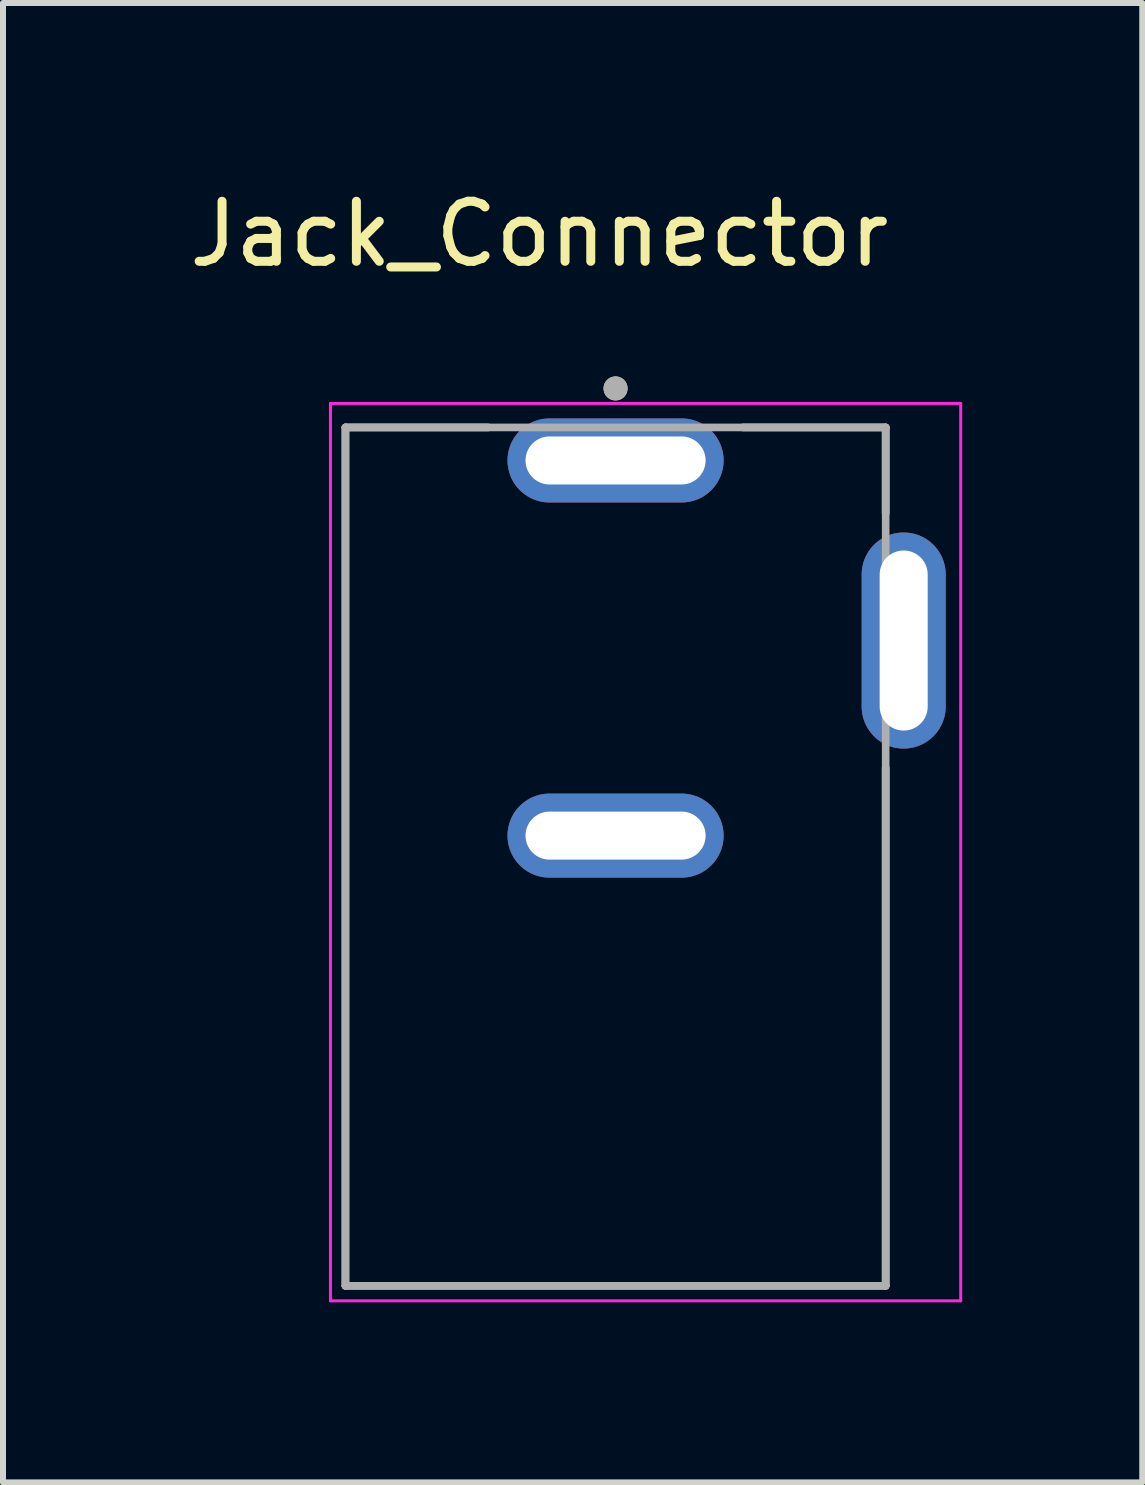
<source format=kicad_pcb>
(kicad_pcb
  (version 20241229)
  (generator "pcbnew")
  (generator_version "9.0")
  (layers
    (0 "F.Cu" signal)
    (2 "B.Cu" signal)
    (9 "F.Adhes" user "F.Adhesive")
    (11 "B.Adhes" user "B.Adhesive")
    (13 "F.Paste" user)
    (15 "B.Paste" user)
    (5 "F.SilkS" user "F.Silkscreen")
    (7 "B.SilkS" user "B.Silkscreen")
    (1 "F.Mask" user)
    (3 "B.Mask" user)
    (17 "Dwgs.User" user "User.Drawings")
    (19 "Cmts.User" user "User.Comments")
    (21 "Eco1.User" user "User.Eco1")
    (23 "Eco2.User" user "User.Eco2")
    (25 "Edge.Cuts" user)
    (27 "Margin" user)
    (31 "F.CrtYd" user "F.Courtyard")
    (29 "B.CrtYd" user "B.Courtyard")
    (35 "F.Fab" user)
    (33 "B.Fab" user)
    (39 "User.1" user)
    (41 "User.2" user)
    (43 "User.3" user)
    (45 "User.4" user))
  (footprint "Jack_Connector"
    (layer "F.Cu")
    (at 7.205 10.871)
    (property "Reference" "Jack_Connector" (at -1.27 -10.023 0) (layer "F.SilkS") (effects (font (size 1 1) (thickness 0.15))))
    (attr through_hole)
    (fp_line (start -4.5 -6.8) (end -2.12 -6.8) (stroke (width 0.127) (type solid)) (layer "F.SilkS"))
    (fp_line (start -4.5 7.5) (end -4.5 -6.8) (stroke (width 0.127) (type solid)) (layer "F.SilkS"))
    (fp_line (start 2.12 -6.8) (end 4.5 -6.8) (stroke (width 0.127) (type solid)) (layer "F.SilkS"))
    (fp_line (start 4.5 -6.8) (end 4.5 -5.37) (stroke (width 0.127) (type solid)) (layer "F.SilkS"))
    (fp_line (start 4.5 7.5) (end -4.5 7.5) (stroke (width 0.127) (type solid)) (layer "F.SilkS"))
    (fp_line (start 4.5 7.5) (end 4.5 -1.13) (stroke (width 0.127) (type solid)) (layer "F.SilkS"))
    (fp_circle (center 0 -7.45) (end 0.1 -7.45) (stroke (width 0.2) (type solid)) (fill no) (layer "F.SilkS"))
    (fp_line (start -4.75 -7.2) (end -4.75 7.75) (stroke (width 0.05) (type solid)) (layer "F.CrtYd"))
    (fp_line (start -4.75 7.75) (end 5.75 7.75) (stroke (width 0.05) (type solid)) (layer "F.CrtYd"))
    (fp_line (start 5.75 -7.2) (end -4.75 -7.2) (stroke (width 0.05) (type solid)) (layer "F.CrtYd"))
    (fp_line (start 5.75 7.75) (end 5.75 -7.2) (stroke (width 0.05) (type solid)) (layer "F.CrtYd"))
    (fp_line (start -4.5 -6.8) (end 4.5 -6.8) (stroke (width 0.127) (type solid)) (layer "F.Fab"))
    (fp_line (start -4.5 7.5) (end -4.5 -6.8) (stroke (width 0.127) (type solid)) (layer "F.Fab"))
    (fp_line (start 4.5 -6.8) (end 4.5 7.5) (stroke (width 0.127) (type solid)) (layer "F.Fab"))
    (fp_line (start 4.5 7.5) (end -4.5 7.5) (stroke (width 0.127) (type solid)) (layer "F.Fab"))
    (fp_circle (center 0 -7.45) (end 0.1 -7.45) (stroke (width 0.2) (type solid)) (fill no) (layer "F.Fab"))
    (pad "A" thru_hole oval (at 0 -6.25) (size 3.6 1.4) (drill oval 3 0.8) (layers "*.Cu" "*.Mask"))
    (pad "B" thru_hole oval (at 0 0) (size 3.6 1.4) (drill oval 3 0.8) (layers "*.Cu" "*.Mask"))
    (pad "C" thru_hole oval (at 4.8 -3.25) (size 1.4 3.6) (drill oval 0.8 3) (layers "*.Cu" "*.Mask")))
  (gr_rect
    (start -3 -3)
    (end 15.98 21.646)
    (stroke (width 0.1) (type default))
    (fill no)
    (layer "Edge.Cuts")))
</source>
